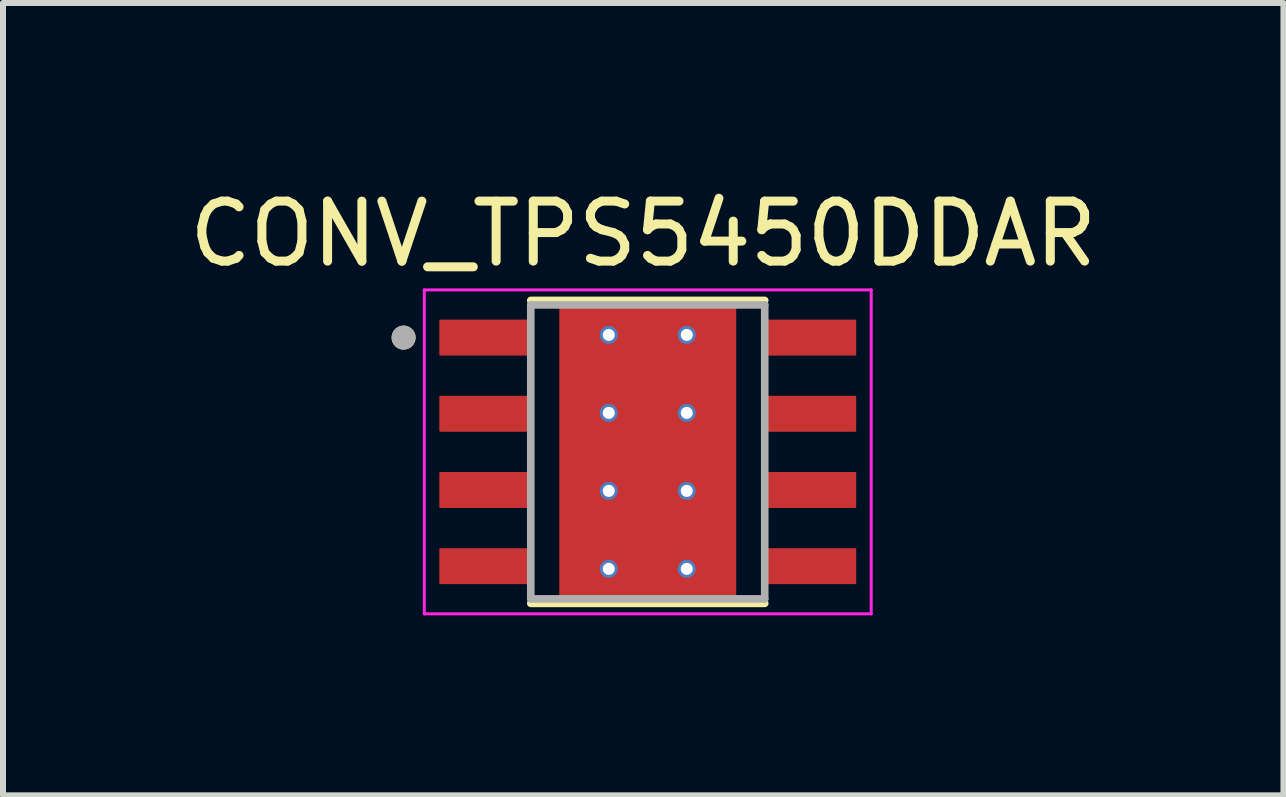
<source format=kicad_pcb>
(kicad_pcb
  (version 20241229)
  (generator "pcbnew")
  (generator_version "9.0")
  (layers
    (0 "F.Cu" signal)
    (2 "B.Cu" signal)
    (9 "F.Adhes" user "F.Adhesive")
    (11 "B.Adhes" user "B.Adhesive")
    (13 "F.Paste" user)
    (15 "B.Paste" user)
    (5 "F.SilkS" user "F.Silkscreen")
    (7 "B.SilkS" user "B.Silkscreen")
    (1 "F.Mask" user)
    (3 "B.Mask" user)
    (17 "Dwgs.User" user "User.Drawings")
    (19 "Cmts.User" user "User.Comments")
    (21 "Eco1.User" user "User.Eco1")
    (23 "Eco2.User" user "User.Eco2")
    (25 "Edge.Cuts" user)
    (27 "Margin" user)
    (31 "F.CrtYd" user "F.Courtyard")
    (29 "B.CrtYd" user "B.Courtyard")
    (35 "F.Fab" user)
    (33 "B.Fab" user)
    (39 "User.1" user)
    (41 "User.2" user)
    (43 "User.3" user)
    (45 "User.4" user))
  (footprint "CONV_TPS5450DDAR"
    (layer "F.Cu")
    (at 7.748 4.483)
    (property "Reference" "CONV_TPS5450DDAR" (at -0.075 -3.635 0) (layer "F.SilkS") (effects (font (size 1 1) (thickness 0.15))))
    (attr through_hole)
    (fp_poly (pts (xy -1.3 -1.55) (xy 1.3 -1.55) (xy 1.3 1.55) (xy -1.3 1.55)) (stroke (width 0.01) (type solid)) (fill yes) (layer "F.Mask"))
    (fp_poly (pts (xy -1.905 -1.535) (xy -3.495 -1.535) (xy -3.498 -1.535) (xy -3.5 -1.535) (xy -3.503 -1.536) (xy -3.505 -1.536) (xy -3.508 -1.537) (xy -3.51 -1.537) (xy -3.513 -1.538) (xy -3.515 -1.539) (xy -3.518 -1.54) (xy -3.52 -1.542) (xy -3.522 -1.543) (xy -3.524 -1.545) (xy -3.526 -1.546) (xy -3.528 -1.548) (xy -3.53 -1.55) (xy -3.532 -1.552) (xy -3.534 -1.554) (xy -3.535 -1.556) (xy -3.537 -1.558) (xy -3.538 -1.56) (xy -3.54 -1.562) (xy -3.541 -1.565) (xy -3.542 -1.567) (xy -3.543 -1.57) (xy -3.543 -1.572) (xy -3.544 -1.575) (xy -3.544 -1.577) (xy -3.545 -1.58) (xy -3.545 -1.582) (xy -3.545 -1.585) (xy -3.545 -2.225) (xy -3.545 -2.228) (xy -3.545 -2.23) (xy -3.544 -2.233) (xy -3.544 -2.235) (xy -3.543 -2.238) (xy -3.543 -2.24) (xy -3.542 -2.243) (xy -3.541 -2.245) (xy -3.54 -2.248) (xy -3.538 -2.25) (xy -3.537 -2.252) (xy -3.535 -2.254) (xy -3.534 -2.256) (xy -3.532 -2.258) (xy -3.53 -2.26) (xy -3.528 -2.262) (xy -3.526 -2.264) (xy -3.524 -2.265) (xy -3.522 -2.267) (xy -3.52 -2.268) (xy -3.518 -2.27) (xy -3.515 -2.271) (xy -3.513 -2.272) (xy -3.51 -2.273) (xy -3.508 -2.273) (xy -3.505 -2.274) (xy -3.503 -2.274) (xy -3.5 -2.275) (xy -3.498 -2.275) (xy -3.495 -2.275) (xy -1.905 -2.275) (xy -1.902 -2.275) (xy -1.9 -2.275) (xy -1.897 -2.274) (xy -1.895 -2.274) (xy -1.892 -2.273) (xy -1.89 -2.273) (xy -1.887 -2.272) (xy -1.885 -2.271) (xy -1.882 -2.27) (xy -1.88 -2.268) (xy -1.878 -2.267) (xy -1.876 -2.265) (xy -1.874 -2.264) (xy -1.872 -2.262) (xy -1.87 -2.26) (xy -1.868 -2.258) (xy -1.866 -2.256) (xy -1.865 -2.254) (xy -1.863 -2.252) (xy -1.862 -2.25) (xy -1.86 -2.248) (xy -1.859 -2.245) (xy -1.858 -2.243) (xy -1.857 -2.24) (xy -1.857 -2.238) (xy -1.856 -2.235) (xy -1.856 -2.233) (xy -1.855 -2.23) (xy -1.855 -2.228) (xy -1.855 -2.225) (xy -1.855 -1.585) (xy -1.855 -1.582) (xy -1.855 -1.58) (xy -1.856 -1.577) (xy -1.856 -1.575) (xy -1.857 -1.572) (xy -1.857 -1.57) (xy -1.858 -1.567) (xy -1.859 -1.565) (xy -1.86 -1.562) (xy -1.862 -1.56) (xy -1.863 -1.558) (xy -1.865 -1.556) (xy -1.866 -1.554) (xy -1.868 -1.552) (xy -1.87 -1.55) (xy -1.872 -1.548) (xy -1.874 -1.546) (xy -1.876 -1.545) (xy -1.878 -1.543) (xy -1.88 -1.542) (xy -1.882 -1.54) (xy -1.885 -1.539) (xy -1.887 -1.538) (xy -1.89 -1.537) (xy -1.892 -1.537) (xy -1.895 -1.536) (xy -1.897 -1.536) (xy -1.9 -1.535) (xy -1.902 -1.535) (xy -1.905 -1.535)) (stroke (width 0.01) (type solid)) (fill yes) (layer "F.Mask"))
    (fp_poly (pts (xy -1.905 -0.265) (xy -3.495 -0.265) (xy -3.498 -0.265) (xy -3.5 -0.265) (xy -3.503 -0.266) (xy -3.505 -0.266) (xy -3.508 -0.267) (xy -3.51 -0.267) (xy -3.513 -0.268) (xy -3.515 -0.269) (xy -3.518 -0.27) (xy -3.52 -0.272) (xy -3.522 -0.273) (xy -3.524 -0.275) (xy -3.526 -0.276) (xy -3.528 -0.278) (xy -3.53 -0.28) (xy -3.532 -0.282) (xy -3.534 -0.284) (xy -3.535 -0.286) (xy -3.537 -0.288) (xy -3.538 -0.29) (xy -3.54 -0.292) (xy -3.541 -0.295) (xy -3.542 -0.297) (xy -3.543 -0.3) (xy -3.543 -0.302) (xy -3.544 -0.305) (xy -3.544 -0.307) (xy -3.545 -0.31) (xy -3.545 -0.312) (xy -3.545 -0.315) (xy -3.545 -0.955) (xy -3.545 -0.958) (xy -3.545 -0.96) (xy -3.544 -0.963) (xy -3.544 -0.965) (xy -3.543 -0.968) (xy -3.543 -0.97) (xy -3.542 -0.973) (xy -3.541 -0.975) (xy -3.54 -0.978) (xy -3.538 -0.98) (xy -3.537 -0.982) (xy -3.535 -0.984) (xy -3.534 -0.986) (xy -3.532 -0.988) (xy -3.53 -0.99) (xy -3.528 -0.992) (xy -3.526 -0.994) (xy -3.524 -0.995) (xy -3.522 -0.997) (xy -3.52 -0.998) (xy -3.518 -1) (xy -3.515 -1.001) (xy -3.513 -1.002) (xy -3.51 -1.003) (xy -3.508 -1.003) (xy -3.505 -1.004) (xy -3.503 -1.004) (xy -3.5 -1.005) (xy -3.498 -1.005) (xy -3.495 -1.005) (xy -1.905 -1.005) (xy -1.902 -1.005) (xy -1.9 -1.005) (xy -1.897 -1.004) (xy -1.895 -1.004) (xy -1.892 -1.003) (xy -1.89 -1.003) (xy -1.887 -1.002) (xy -1.885 -1.001) (xy -1.882 -1) (xy -1.88 -0.998) (xy -1.878 -0.997) (xy -1.876 -0.995) (xy -1.874 -0.994) (xy -1.872 -0.992) (xy -1.87 -0.99) (xy -1.868 -0.988) (xy -1.866 -0.986) (xy -1.865 -0.984) (xy -1.863 -0.982) (xy -1.862 -0.98) (xy -1.86 -0.978) (xy -1.859 -0.975) (xy -1.858 -0.973) (xy -1.857 -0.97) (xy -1.857 -0.968) (xy -1.856 -0.965) (xy -1.856 -0.963) (xy -1.855 -0.96) (xy -1.855 -0.958) (xy -1.855 -0.955) (xy -1.855 -0.315) (xy -1.855 -0.312) (xy -1.855 -0.31) (xy -1.856 -0.307) (xy -1.856 -0.305) (xy -1.857 -0.302) (xy -1.857 -0.3) (xy -1.858 -0.297) (xy -1.859 -0.295) (xy -1.86 -0.292) (xy -1.862 -0.29) (xy -1.863 -0.288) (xy -1.865 -0.286) (xy -1.866 -0.284) (xy -1.868 -0.282) (xy -1.87 -0.28) (xy -1.872 -0.278) (xy -1.874 -0.276) (xy -1.876 -0.275) (xy -1.878 -0.273) (xy -1.88 -0.272) (xy -1.882 -0.27) (xy -1.885 -0.269) (xy -1.887 -0.268) (xy -1.89 -0.267) (xy -1.892 -0.267) (xy -1.895 -0.266) (xy -1.897 -0.266) (xy -1.9 -0.265) (xy -1.902 -0.265) (xy -1.905 -0.265)) (stroke (width 0.01) (type solid)) (fill yes) (layer "F.Mask"))
    (fp_poly (pts (xy -1.905 1.005) (xy -3.495 1.005) (xy -3.498 1.005) (xy -3.5 1.005) (xy -3.503 1.004) (xy -3.505 1.004) (xy -3.508 1.003) (xy -3.51 1.003) (xy -3.513 1.002) (xy -3.515 1.001) (xy -3.518 1) (xy -3.52 0.998) (xy -3.522 0.997) (xy -3.524 0.995) (xy -3.526 0.994) (xy -3.528 0.992) (xy -3.53 0.99) (xy -3.532 0.988) (xy -3.534 0.986) (xy -3.535 0.984) (xy -3.537 0.982) (xy -3.538 0.98) (xy -3.54 0.978) (xy -3.541 0.975) (xy -3.542 0.973) (xy -3.543 0.97) (xy -3.543 0.968) (xy -3.544 0.965) (xy -3.544 0.963) (xy -3.545 0.96) (xy -3.545 0.958) (xy -3.545 0.955) (xy -3.545 0.315) (xy -3.545 0.312) (xy -3.545 0.31) (xy -3.544 0.307) (xy -3.544 0.305) (xy -3.543 0.302) (xy -3.543 0.3) (xy -3.542 0.297) (xy -3.541 0.295) (xy -3.54 0.292) (xy -3.538 0.29) (xy -3.537 0.288) (xy -3.535 0.286) (xy -3.534 0.284) (xy -3.532 0.282) (xy -3.53 0.28) (xy -3.528 0.278) (xy -3.526 0.276) (xy -3.524 0.275) (xy -3.522 0.273) (xy -3.52 0.272) (xy -3.518 0.27) (xy -3.515 0.269) (xy -3.513 0.268) (xy -3.51 0.267) (xy -3.508 0.267) (xy -3.505 0.266) (xy -3.503 0.266) (xy -3.5 0.265) (xy -3.498 0.265) (xy -3.495 0.265) (xy -1.905 0.265) (xy -1.902 0.265) (xy -1.9 0.265) (xy -1.897 0.266) (xy -1.895 0.266) (xy -1.892 0.267) (xy -1.89 0.267) (xy -1.887 0.268) (xy -1.885 0.269) (xy -1.882 0.27) (xy -1.88 0.272) (xy -1.878 0.273) (xy -1.876 0.275) (xy -1.874 0.276) (xy -1.872 0.278) (xy -1.87 0.28) (xy -1.868 0.282) (xy -1.866 0.284) (xy -1.865 0.286) (xy -1.863 0.288) (xy -1.862 0.29) (xy -1.86 0.292) (xy -1.859 0.295) (xy -1.858 0.297) (xy -1.857 0.3) (xy -1.857 0.302) (xy -1.856 0.305) (xy -1.856 0.307) (xy -1.855 0.31) (xy -1.855 0.312) (xy -1.855 0.315) (xy -1.855 0.955) (xy -1.855 0.958) (xy -1.855 0.96) (xy -1.856 0.963) (xy -1.856 0.965) (xy -1.857 0.968) (xy -1.857 0.97) (xy -1.858 0.973) (xy -1.859 0.975) (xy -1.86 0.978) (xy -1.862 0.98) (xy -1.863 0.982) (xy -1.865 0.984) (xy -1.866 0.986) (xy -1.868 0.988) (xy -1.87 0.99) (xy -1.872 0.992) (xy -1.874 0.994) (xy -1.876 0.995) (xy -1.878 0.997) (xy -1.88 0.998) (xy -1.882 1) (xy -1.885 1.001) (xy -1.887 1.002) (xy -1.89 1.003) (xy -1.892 1.003) (xy -1.895 1.004) (xy -1.897 1.004) (xy -1.9 1.005) (xy -1.902 1.005) (xy -1.905 1.005)) (stroke (width 0.01) (type solid)) (fill yes) (layer "F.Mask"))
    (fp_poly (pts (xy -1.905 2.275) (xy -3.495 2.275) (xy -3.498 2.275) (xy -3.5 2.275) (xy -3.503 2.274) (xy -3.505 2.274) (xy -3.508 2.273) (xy -3.51 2.273) (xy -3.513 2.272) (xy -3.515 2.271) (xy -3.518 2.27) (xy -3.52 2.268) (xy -3.522 2.267) (xy -3.524 2.265) (xy -3.526 2.264) (xy -3.528 2.262) (xy -3.53 2.26) (xy -3.532 2.258) (xy -3.534 2.256) (xy -3.535 2.254) (xy -3.537 2.252) (xy -3.538 2.25) (xy -3.54 2.248) (xy -3.541 2.245) (xy -3.542 2.243) (xy -3.543 2.24) (xy -3.543 2.238) (xy -3.544 2.235) (xy -3.544 2.233) (xy -3.545 2.23) (xy -3.545 2.228) (xy -3.545 2.225) (xy -3.545 1.585) (xy -3.545 1.582) (xy -3.545 1.58) (xy -3.544 1.577) (xy -3.544 1.575) (xy -3.543 1.572) (xy -3.543 1.57) (xy -3.542 1.567) (xy -3.541 1.565) (xy -3.54 1.562) (xy -3.538 1.56) (xy -3.537 1.558) (xy -3.535 1.556) (xy -3.534 1.554) (xy -3.532 1.552) (xy -3.53 1.55) (xy -3.528 1.548) (xy -3.526 1.546) (xy -3.524 1.545) (xy -3.522 1.543) (xy -3.52 1.542) (xy -3.518 1.54) (xy -3.515 1.539) (xy -3.513 1.538) (xy -3.51 1.537) (xy -3.508 1.537) (xy -3.505 1.536) (xy -3.503 1.536) (xy -3.5 1.535) (xy -3.498 1.535) (xy -3.495 1.535) (xy -1.905 1.535) (xy -1.902 1.535) (xy -1.9 1.535) (xy -1.897 1.536) (xy -1.895 1.536) (xy -1.892 1.537) (xy -1.89 1.537) (xy -1.887 1.538) (xy -1.885 1.539) (xy -1.882 1.54) (xy -1.88 1.542) (xy -1.878 1.543) (xy -1.876 1.545) (xy -1.874 1.546) (xy -1.872 1.548) (xy -1.87 1.55) (xy -1.868 1.552) (xy -1.866 1.554) (xy -1.865 1.556) (xy -1.863 1.558) (xy -1.862 1.56) (xy -1.86 1.562) (xy -1.859 1.565) (xy -1.858 1.567) (xy -1.857 1.57) (xy -1.857 1.572) (xy -1.856 1.575) (xy -1.856 1.577) (xy -1.855 1.58) (xy -1.855 1.582) (xy -1.855 1.585) (xy -1.855 2.225) (xy -1.855 2.228) (xy -1.855 2.23) (xy -1.856 2.233) (xy -1.856 2.235) (xy -1.857 2.238) (xy -1.857 2.24) (xy -1.858 2.243) (xy -1.859 2.245) (xy -1.86 2.248) (xy -1.862 2.25) (xy -1.863 2.252) (xy -1.865 2.254) (xy -1.866 2.256) (xy -1.868 2.258) (xy -1.87 2.26) (xy -1.872 2.262) (xy -1.874 2.264) (xy -1.876 2.265) (xy -1.878 2.267) (xy -1.88 2.268) (xy -1.882 2.27) (xy -1.885 2.271) (xy -1.887 2.272) (xy -1.89 2.273) (xy -1.892 2.273) (xy -1.895 2.274) (xy -1.897 2.274) (xy -1.9 2.275) (xy -1.902 2.275) (xy -1.905 2.275)) (stroke (width 0.01) (type solid)) (fill yes) (layer "F.Mask"))
    (fp_poly (pts (xy 3.495 -1.535) (xy 1.905 -1.535) (xy 1.902 -1.535) (xy 1.9 -1.535) (xy 1.897 -1.536) (xy 1.895 -1.536) (xy 1.892 -1.537) (xy 1.89 -1.537) (xy 1.887 -1.538) (xy 1.885 -1.539) (xy 1.882 -1.54) (xy 1.88 -1.542) (xy 1.878 -1.543) (xy 1.876 -1.545) (xy 1.874 -1.546) (xy 1.872 -1.548) (xy 1.87 -1.55) (xy 1.868 -1.552) (xy 1.866 -1.554) (xy 1.865 -1.556) (xy 1.863 -1.558) (xy 1.862 -1.56) (xy 1.86 -1.562) (xy 1.859 -1.565) (xy 1.858 -1.567) (xy 1.857 -1.57) (xy 1.857 -1.572) (xy 1.856 -1.575) (xy 1.856 -1.577) (xy 1.855 -1.58) (xy 1.855 -1.582) (xy 1.855 -1.585) (xy 1.855 -2.225) (xy 1.855 -2.228) (xy 1.855 -2.23) (xy 1.856 -2.233) (xy 1.856 -2.235) (xy 1.857 -2.238) (xy 1.857 -2.24) (xy 1.858 -2.243) (xy 1.859 -2.245) (xy 1.86 -2.248) (xy 1.862 -2.25) (xy 1.863 -2.252) (xy 1.865 -2.254) (xy 1.866 -2.256) (xy 1.868 -2.258) (xy 1.87 -2.26) (xy 1.872 -2.262) (xy 1.874 -2.264) (xy 1.876 -2.265) (xy 1.878 -2.267) (xy 1.88 -2.268) (xy 1.882 -2.27) (xy 1.885 -2.271) (xy 1.887 -2.272) (xy 1.89 -2.273) (xy 1.892 -2.273) (xy 1.895 -2.274) (xy 1.897 -2.274) (xy 1.9 -2.275) (xy 1.902 -2.275) (xy 1.905 -2.275) (xy 3.495 -2.275) (xy 3.498 -2.275) (xy 3.5 -2.275) (xy 3.503 -2.274) (xy 3.505 -2.274) (xy 3.508 -2.273) (xy 3.51 -2.273) (xy 3.513 -2.272) (xy 3.515 -2.271) (xy 3.518 -2.27) (xy 3.52 -2.268) (xy 3.522 -2.267) (xy 3.524 -2.265) (xy 3.526 -2.264) (xy 3.528 -2.262) (xy 3.53 -2.26) (xy 3.532 -2.258) (xy 3.534 -2.256) (xy 3.535 -2.254) (xy 3.537 -2.252) (xy 3.538 -2.25) (xy 3.54 -2.248) (xy 3.541 -2.245) (xy 3.542 -2.243) (xy 3.543 -2.24) (xy 3.543 -2.238) (xy 3.544 -2.235) (xy 3.544 -2.233) (xy 3.545 -2.23) (xy 3.545 -2.228) (xy 3.545 -2.225) (xy 3.545 -1.585) (xy 3.545 -1.582) (xy 3.545 -1.58) (xy 3.544 -1.577) (xy 3.544 -1.575) (xy 3.543 -1.572) (xy 3.543 -1.57) (xy 3.542 -1.567) (xy 3.541 -1.565) (xy 3.54 -1.562) (xy 3.538 -1.56) (xy 3.537 -1.558) (xy 3.535 -1.556) (xy 3.534 -1.554) (xy 3.532 -1.552) (xy 3.53 -1.55) (xy 3.528 -1.548) (xy 3.526 -1.546) (xy 3.524 -1.545) (xy 3.522 -1.543) (xy 3.52 -1.542) (xy 3.518 -1.54) (xy 3.515 -1.539) (xy 3.513 -1.538) (xy 3.51 -1.537) (xy 3.508 -1.537) (xy 3.505 -1.536) (xy 3.503 -1.536) (xy 3.5 -1.535) (xy 3.498 -1.535) (xy 3.495 -1.535)) (stroke (width 0.01) (type solid)) (fill yes) (layer "F.Mask"))
    (fp_poly (pts (xy 3.495 -0.265) (xy 1.905 -0.265) (xy 1.902 -0.265) (xy 1.9 -0.265) (xy 1.897 -0.266) (xy 1.895 -0.266) (xy 1.892 -0.267) (xy 1.89 -0.267) (xy 1.887 -0.268) (xy 1.885 -0.269) (xy 1.882 -0.27) (xy 1.88 -0.272) (xy 1.878 -0.273) (xy 1.876 -0.275) (xy 1.874 -0.276) (xy 1.872 -0.278) (xy 1.87 -0.28) (xy 1.868 -0.282) (xy 1.866 -0.284) (xy 1.865 -0.286) (xy 1.863 -0.288) (xy 1.862 -0.29) (xy 1.86 -0.292) (xy 1.859 -0.295) (xy 1.858 -0.297) (xy 1.857 -0.3) (xy 1.857 -0.302) (xy 1.856 -0.305) (xy 1.856 -0.307) (xy 1.855 -0.31) (xy 1.855 -0.312) (xy 1.855 -0.315) (xy 1.855 -0.955) (xy 1.855 -0.958) (xy 1.855 -0.96) (xy 1.856 -0.963) (xy 1.856 -0.965) (xy 1.857 -0.968) (xy 1.857 -0.97) (xy 1.858 -0.973) (xy 1.859 -0.975) (xy 1.86 -0.978) (xy 1.862 -0.98) (xy 1.863 -0.982) (xy 1.865 -0.984) (xy 1.866 -0.986) (xy 1.868 -0.988) (xy 1.87 -0.99) (xy 1.872 -0.992) (xy 1.874 -0.994) (xy 1.876 -0.995) (xy 1.878 -0.997) (xy 1.88 -0.998) (xy 1.882 -1) (xy 1.885 -1.001) (xy 1.887 -1.002) (xy 1.89 -1.003) (xy 1.892 -1.003) (xy 1.895 -1.004) (xy 1.897 -1.004) (xy 1.9 -1.005) (xy 1.902 -1.005) (xy 1.905 -1.005) (xy 3.495 -1.005) (xy 3.498 -1.005) (xy 3.5 -1.005) (xy 3.503 -1.004) (xy 3.505 -1.004) (xy 3.508 -1.003) (xy 3.51 -1.003) (xy 3.513 -1.002) (xy 3.515 -1.001) (xy 3.518 -1) (xy 3.52 -0.998) (xy 3.522 -0.997) (xy 3.524 -0.995) (xy 3.526 -0.994) (xy 3.528 -0.992) (xy 3.53 -0.99) (xy 3.532 -0.988) (xy 3.534 -0.986) (xy 3.535 -0.984) (xy 3.537 -0.982) (xy 3.538 -0.98) (xy 3.54 -0.978) (xy 3.541 -0.975) (xy 3.542 -0.973) (xy 3.543 -0.97) (xy 3.543 -0.968) (xy 3.544 -0.965) (xy 3.544 -0.963) (xy 3.545 -0.96) (xy 3.545 -0.958) (xy 3.545 -0.955) (xy 3.545 -0.315) (xy 3.545 -0.312) (xy 3.545 -0.31) (xy 3.544 -0.307) (xy 3.544 -0.305) (xy 3.543 -0.302) (xy 3.543 -0.3) (xy 3.542 -0.297) (xy 3.541 -0.295) (xy 3.54 -0.292) (xy 3.538 -0.29) (xy 3.537 -0.288) (xy 3.535 -0.286) (xy 3.534 -0.284) (xy 3.532 -0.282) (xy 3.53 -0.28) (xy 3.528 -0.278) (xy 3.526 -0.276) (xy 3.524 -0.275) (xy 3.522 -0.273) (xy 3.52 -0.272) (xy 3.518 -0.27) (xy 3.515 -0.269) (xy 3.513 -0.268) (xy 3.51 -0.267) (xy 3.508 -0.267) (xy 3.505 -0.266) (xy 3.503 -0.266) (xy 3.5 -0.265) (xy 3.498 -0.265) (xy 3.495 -0.265)) (stroke (width 0.01) (type solid)) (fill yes) (layer "F.Mask"))
    (fp_poly (pts (xy 3.495 1.005) (xy 1.905 1.005) (xy 1.902 1.005) (xy 1.9 1.005) (xy 1.897 1.004) (xy 1.895 1.004) (xy 1.892 1.003) (xy 1.89 1.003) (xy 1.887 1.002) (xy 1.885 1.001) (xy 1.882 1) (xy 1.88 0.998) (xy 1.878 0.997) (xy 1.876 0.995) (xy 1.874 0.994) (xy 1.872 0.992) (xy 1.87 0.99) (xy 1.868 0.988) (xy 1.866 0.986) (xy 1.865 0.984) (xy 1.863 0.982) (xy 1.862 0.98) (xy 1.86 0.978) (xy 1.859 0.975) (xy 1.858 0.973) (xy 1.857 0.97) (xy 1.857 0.968) (xy 1.856 0.965) (xy 1.856 0.963) (xy 1.855 0.96) (xy 1.855 0.958) (xy 1.855 0.955) (xy 1.855 0.315) (xy 1.855 0.312) (xy 1.855 0.31) (xy 1.856 0.307) (xy 1.856 0.305) (xy 1.857 0.302) (xy 1.857 0.3) (xy 1.858 0.297) (xy 1.859 0.295) (xy 1.86 0.292) (xy 1.862 0.29) (xy 1.863 0.288) (xy 1.865 0.286) (xy 1.866 0.284) (xy 1.868 0.282) (xy 1.87 0.28) (xy 1.872 0.278) (xy 1.874 0.276) (xy 1.876 0.275) (xy 1.878 0.273) (xy 1.88 0.272) (xy 1.882 0.27) (xy 1.885 0.269) (xy 1.887 0.268) (xy 1.89 0.267) (xy 1.892 0.267) (xy 1.895 0.266) (xy 1.897 0.266) (xy 1.9 0.265) (xy 1.902 0.265) (xy 1.905 0.265) (xy 3.495 0.265) (xy 3.498 0.265) (xy 3.5 0.265) (xy 3.503 0.266) (xy 3.505 0.266) (xy 3.508 0.267) (xy 3.51 0.267) (xy 3.513 0.268) (xy 3.515 0.269) (xy 3.518 0.27) (xy 3.52 0.272) (xy 3.522 0.273) (xy 3.524 0.275) (xy 3.526 0.276) (xy 3.528 0.278) (xy 3.53 0.28) (xy 3.532 0.282) (xy 3.534 0.284) (xy 3.535 0.286) (xy 3.537 0.288) (xy 3.538 0.29) (xy 3.54 0.292) (xy 3.541 0.295) (xy 3.542 0.297) (xy 3.543 0.3) (xy 3.543 0.302) (xy 3.544 0.305) (xy 3.544 0.307) (xy 3.545 0.31) (xy 3.545 0.312) (xy 3.545 0.315) (xy 3.545 0.955) (xy 3.545 0.958) (xy 3.545 0.96) (xy 3.544 0.963) (xy 3.544 0.965) (xy 3.543 0.968) (xy 3.543 0.97) (xy 3.542 0.973) (xy 3.541 0.975) (xy 3.54 0.978) (xy 3.538 0.98) (xy 3.537 0.982) (xy 3.535 0.984) (xy 3.534 0.986) (xy 3.532 0.988) (xy 3.53 0.99) (xy 3.528 0.992) (xy 3.526 0.994) (xy 3.524 0.995) (xy 3.522 0.997) (xy 3.52 0.998) (xy 3.518 1) (xy 3.515 1.001) (xy 3.513 1.002) (xy 3.51 1.003) (xy 3.508 1.003) (xy 3.505 1.004) (xy 3.503 1.004) (xy 3.5 1.005) (xy 3.498 1.005) (xy 3.495 1.005)) (stroke (width 0.01) (type solid)) (fill yes) (layer "F.Mask"))
    (fp_poly (pts (xy 3.495 2.275) (xy 1.905 2.275) (xy 1.902 2.275) (xy 1.9 2.275) (xy 1.897 2.274) (xy 1.895 2.274) (xy 1.892 2.273) (xy 1.89 2.273) (xy 1.887 2.272) (xy 1.885 2.271) (xy 1.882 2.27) (xy 1.88 2.268) (xy 1.878 2.267) (xy 1.876 2.265) (xy 1.874 2.264) (xy 1.872 2.262) (xy 1.87 2.26) (xy 1.868 2.258) (xy 1.866 2.256) (xy 1.865 2.254) (xy 1.863 2.252) (xy 1.862 2.25) (xy 1.86 2.248) (xy 1.859 2.245) (xy 1.858 2.243) (xy 1.857 2.24) (xy 1.857 2.238) (xy 1.856 2.235) (xy 1.856 2.233) (xy 1.855 2.23) (xy 1.855 2.228) (xy 1.855 2.225) (xy 1.855 1.585) (xy 1.855 1.582) (xy 1.855 1.58) (xy 1.856 1.577) (xy 1.856 1.575) (xy 1.857 1.572) (xy 1.857 1.57) (xy 1.858 1.567) (xy 1.859 1.565) (xy 1.86 1.562) (xy 1.862 1.56) (xy 1.863 1.558) (xy 1.865 1.556) (xy 1.866 1.554) (xy 1.868 1.552) (xy 1.87 1.55) (xy 1.872 1.548) (xy 1.874 1.546) (xy 1.876 1.545) (xy 1.878 1.543) (xy 1.88 1.542) (xy 1.882 1.54) (xy 1.885 1.539) (xy 1.887 1.538) (xy 1.89 1.537) (xy 1.892 1.537) (xy 1.895 1.536) (xy 1.897 1.536) (xy 1.9 1.535) (xy 1.902 1.535) (xy 1.905 1.535) (xy 3.495 1.535) (xy 3.498 1.535) (xy 3.5 1.535) (xy 3.503 1.536) (xy 3.505 1.536) (xy 3.508 1.537) (xy 3.51 1.537) (xy 3.513 1.538) (xy 3.515 1.539) (xy 3.518 1.54) (xy 3.52 1.542) (xy 3.522 1.543) (xy 3.524 1.545) (xy 3.526 1.546) (xy 3.528 1.548) (xy 3.53 1.55) (xy 3.532 1.552) (xy 3.534 1.554) (xy 3.535 1.556) (xy 3.537 1.558) (xy 3.538 1.56) (xy 3.54 1.562) (xy 3.541 1.565) (xy 3.542 1.567) (xy 3.543 1.57) (xy 3.543 1.572) (xy 3.544 1.575) (xy 3.544 1.577) (xy 3.545 1.58) (xy 3.545 1.582) (xy 3.545 1.585) (xy 3.545 2.225) (xy 3.545 2.228) (xy 3.545 2.23) (xy 3.544 2.233) (xy 3.544 2.235) (xy 3.543 2.238) (xy 3.543 2.24) (xy 3.542 2.243) (xy 3.541 2.245) (xy 3.54 2.248) (xy 3.538 2.25) (xy 3.537 2.252) (xy 3.535 2.254) (xy 3.534 2.256) (xy 3.532 2.258) (xy 3.53 2.26) (xy 3.528 2.262) (xy 3.526 2.264) (xy 3.524 2.265) (xy 3.522 2.267) (xy 3.52 2.268) (xy 3.518 2.27) (xy 3.515 2.271) (xy 3.513 2.272) (xy 3.51 2.273) (xy 3.508 2.273) (xy 3.505 2.274) (xy 3.503 2.274) (xy 3.5 2.275) (xy 3.498 2.275) (xy 3.495 2.275)) (stroke (width 0.01) (type solid)) (fill yes) (layer "F.Mask"))
    (fp_line (start -1.95 -2.525) (end 1.95 -2.525) (stroke (width 0.127) (type solid)) (layer "F.SilkS"))
    (fp_line (start -1.95 2.525) (end 1.95 2.525) (stroke (width 0.127) (type solid)) (layer "F.SilkS"))
    (fp_circle (center -4.07 -1.905) (end -3.97 -1.905) (stroke (width 0.2) (type solid)) (fill no) (layer "F.SilkS"))
    (fp_poly (pts (xy -1.3 -1.55) (xy 1.3 -1.55) (xy 1.3 1.55) (xy -1.3 1.55)) (stroke (width 0.01) (type solid)) (fill yes) (layer "F.Paste"))
    (fp_line (start -3.725 -2.7) (end -3.725 2.7) (stroke (width 0.05) (type solid)) (layer "F.CrtYd"))
    (fp_line (start -3.725 -2.7) (end 3.725 -2.7) (stroke (width 0.05) (type solid)) (layer "F.CrtYd"))
    (fp_line (start -3.725 2.7) (end 3.725 2.7) (stroke (width 0.05) (type solid)) (layer "F.CrtYd"))
    (fp_line (start 3.725 -2.7) (end 3.725 2.7) (stroke (width 0.05) (type solid)) (layer "F.CrtYd"))
    (fp_line (start -1.95 -2.45) (end -1.95 2.45) (stroke (width 0.127) (type solid)) (layer "F.Fab"))
    (fp_line (start -1.95 -2.45) (end 1.95 -2.45) (stroke (width 0.127) (type solid)) (layer "F.Fab"))
    (fp_line (start -1.95 2.45) (end 1.95 2.45) (stroke (width 0.127) (type solid)) (layer "F.Fab"))
    (fp_line (start 1.95 -2.45) (end 1.95 2.45) (stroke (width 0.127) (type solid)) (layer "F.Fab"))
    (fp_circle (center -4.07 -1.905) (end -3.97 -1.905) (stroke (width 0.2) (type solid)) (fill no) (layer "F.Fab"))
    (pad "1" smd roundrect (at -2.7 -1.905) (size 1.55 0.6) (layers "F.Cu" "F.Paste") (roundrect_rratio 0.03))
    (pad "2" smd roundrect (at -2.7 -0.635) (size 1.55 0.6) (layers "F.Cu" "F.Paste") (roundrect_rratio 0.03))
    (pad "3" smd roundrect (at -2.7 0.635) (size 1.55 0.6) (layers "F.Cu" "F.Paste") (roundrect_rratio 0.03))
    (pad "4" smd roundrect (at -2.7 1.905) (size 1.55 0.6) (layers "F.Cu" "F.Paste") (roundrect_rratio 0.03))
    (pad "5" smd roundrect (at 2.7 1.905) (size 1.55 0.6) (layers "F.Cu" "F.Paste") (roundrect_rratio 0.03))
    (pad "6" smd roundrect (at 2.7 0.635) (size 1.55 0.6) (layers "F.Cu" "F.Paste") (roundrect_rratio 0.03))
    (pad "7" smd roundrect (at 2.7 -0.635) (size 1.55 0.6) (layers "F.Cu" "F.Paste") (roundrect_rratio 0.03))
    (pad "8" smd roundrect (at 2.7 -1.905) (size 1.55 0.6) (layers "F.Cu" "F.Paste") (roundrect_rratio 0.03))
    (pad "9" smd rect (at 0 0) (size 2.95 4.9) (layers "F.Cu"))
    (pad "10" thru_hole circle (at -0.65 -1.95) (size 0.3 0.3) (drill 0.2) (layers "*.Cu"))
    (pad "11" thru_hole circle (at 0.65 -1.95) (size 0.3 0.3) (drill 0.2) (layers "*.Cu"))
    (pad "12" thru_hole circle (at -0.65 -0.65) (size 0.3 0.3) (drill 0.2) (layers "*.Cu"))
    (pad "13" thru_hole circle (at 0.65 -0.65) (size 0.3 0.3) (drill 0.2) (layers "*.Cu"))
    (pad "14" thru_hole circle (at -0.65 0.65) (size 0.3 0.3) (drill 0.2) (layers "*.Cu"))
    (pad "15" thru_hole circle (at 0.65 0.65) (size 0.3 0.3) (drill 0.2) (layers "*.Cu"))
    (pad "16" thru_hole circle (at -0.65 1.95) (size 0.3 0.3) (drill 0.2) (layers "*.Cu"))
    (pad "17" thru_hole circle (at 0.65 1.95) (size 0.3 0.3) (drill 0.2) (layers "*.Cu")))
  (gr_rect
    (start -3 -3)
    (end 18.345 10.208)
    (stroke (width 0.1) (type default))
    (fill no)
    (layer "Edge.Cuts")))
</source>
